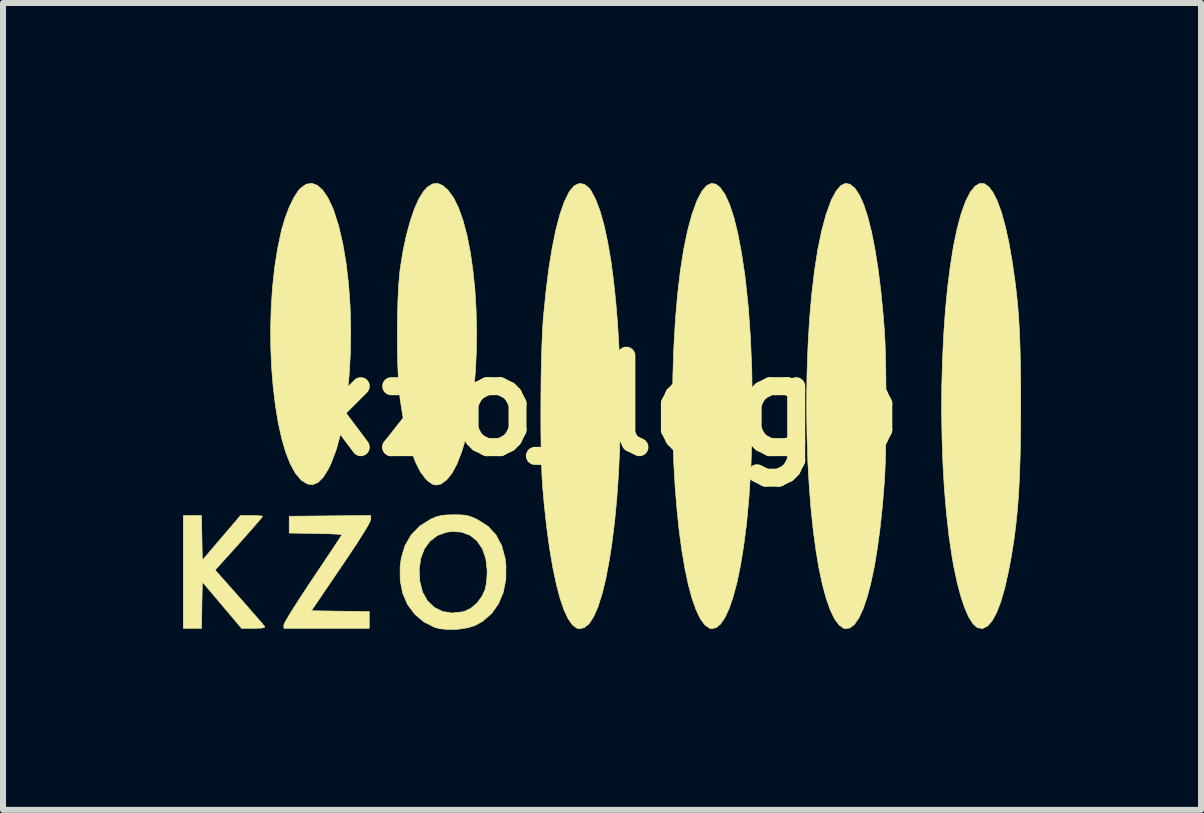
<source format=kicad_pcb>
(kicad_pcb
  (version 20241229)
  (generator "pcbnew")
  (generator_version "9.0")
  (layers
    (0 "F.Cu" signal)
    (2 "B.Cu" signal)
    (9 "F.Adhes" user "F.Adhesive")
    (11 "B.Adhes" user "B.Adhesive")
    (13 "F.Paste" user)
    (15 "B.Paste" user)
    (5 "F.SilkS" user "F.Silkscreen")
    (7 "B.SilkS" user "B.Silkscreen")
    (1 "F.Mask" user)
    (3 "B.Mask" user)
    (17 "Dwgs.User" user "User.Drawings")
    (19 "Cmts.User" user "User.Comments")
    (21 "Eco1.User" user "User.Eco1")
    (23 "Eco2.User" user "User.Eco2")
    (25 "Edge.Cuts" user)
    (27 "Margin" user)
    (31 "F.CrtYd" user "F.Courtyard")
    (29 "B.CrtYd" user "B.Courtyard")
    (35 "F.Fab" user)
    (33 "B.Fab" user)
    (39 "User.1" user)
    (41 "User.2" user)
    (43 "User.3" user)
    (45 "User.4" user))
  (footprint "kzo_logo"
    (layer "F.Cu")
    (at 6.99 3.713)
    (property "Reference" "kzo_logo" (at 0 0 0) (layer "F.SilkS") (effects (font (size 1.524 1.524) (thickness 0.3))))
    (attr through_hole)
    (fp_poly (pts (xy -3.861 1.893) (xy -3.876 1.936) (xy -3.921 2.018) (xy -3.995 2.14) (xy -4.097 2.3) (xy -4.229 2.499) (xy -4.356 2.687) (xy -4.851 3.416) (xy -3.886 3.43) (xy -3.886 3.569) (xy -3.886 3.708) (xy -5.309 3.708) (xy -5.309 3.652) (xy -5.295 3.617) (xy -5.255 3.546) (xy -5.193 3.443) (xy -5.112 3.314) (xy -5.014 3.163) (xy -4.904 2.995) (xy -4.826 2.879) (xy -4.712 2.709) (xy -4.608 2.553) (xy -4.516 2.416) (xy -4.441 2.302) (xy -4.385 2.216) (xy -4.351 2.164) (xy -4.343 2.149) (xy -4.367 2.144) (xy -4.434 2.139) (xy -4.535 2.134) (xy -4.662 2.13) (xy -4.782 2.128) (xy -5.22 2.121) (xy -5.22 1.841) (xy -3.861 1.828) (xy -3.861 1.893)) (stroke (width 0.01) (type solid)) (fill yes) (layer "F.SilkS"))
    (fp_poly (pts (xy -6.675 2.201) (xy -6.668 2.574) (xy -6.032 1.829) (xy -5.848 1.829) (xy -5.759 1.831) (xy -5.694 1.835) (xy -5.665 1.842) (xy -5.664 1.843) (xy -5.68 1.865) (xy -5.726 1.92) (xy -5.796 2.001) (xy -5.886 2.103) (xy -5.99 2.221) (xy -6.104 2.349) (xy -6.224 2.482) (xy -6.344 2.615) (xy -6.394 2.67) (xy -6.455 2.737) (xy -6.05 3.194) (xy -5.936 3.323) (xy -5.833 3.441) (xy -5.746 3.541) (xy -5.679 3.618) (xy -5.639 3.666) (xy -5.628 3.68) (xy -5.636 3.695) (xy -5.686 3.705) (xy -5.782 3.708) (xy -5.812 3.708) (xy -6.014 3.708) (xy -6.341 3.321) (xy -6.668 2.934) (xy -6.675 3.321) (xy -6.682 3.708) (xy -6.985 3.708) (xy -6.985 1.829) (xy -6.682 1.829) (xy -6.675 2.201)) (stroke (width 0.01) (type solid)) (fill yes) (layer "F.SilkS"))
    (fp_poly (pts (xy -4.754 -3.676) (xy -4.663 -3.596) (xy -4.577 -3.47) (xy -4.495 -3.298) (xy -4.479 -3.256) (xy -4.394 -2.991) (xy -4.325 -2.691) (xy -4.27 -2.364) (xy -4.23 -2.015) (xy -4.205 -1.653) (xy -4.195 -1.283) (xy -4.199 -0.912) (xy -4.218 -0.546) (xy -4.251 -0.193) (xy -4.298 0.14) (xy -4.359 0.448) (xy -4.433 0.723) (xy -4.522 0.959) (xy -4.566 1.05) (xy -4.651 1.188) (xy -4.738 1.276) (xy -4.826 1.314) (xy -4.917 1.303) (xy -5.013 1.244) (xy -5.02 1.238) (xy -5.115 1.127) (xy -5.201 0.971) (xy -5.278 0.775) (xy -5.345 0.543) (xy -5.403 0.282) (xy -5.45 -0.006) (xy -5.487 -0.313) (xy -5.513 -0.636) (xy -5.527 -0.97) (xy -5.529 -1.309) (xy -5.52 -1.648) (xy -5.497 -1.983) (xy -5.462 -2.309) (xy -5.413 -2.62) (xy -5.351 -2.913) (xy -5.346 -2.934) (xy -5.286 -3.136) (xy -5.216 -3.319) (xy -5.14 -3.474) (xy -5.062 -3.592) (xy -5.031 -3.626) (xy -4.939 -3.692) (xy -4.846 -3.708) (xy -4.754 -3.676)) (stroke (width 0.01) (type solid)) (fill yes) (layer "F.SilkS"))
    (fp_poly (pts (xy -2.659 -3.669) (xy -2.577 -3.597) (xy -2.481 -3.468) (xy -2.396 -3.295) (xy -2.321 -3.083) (xy -2.256 -2.837) (xy -2.202 -2.561) (xy -2.159 -2.262) (xy -2.126 -1.945) (xy -2.106 -1.614) (xy -2.097 -1.276) (xy -2.1 -0.934) (xy -2.115 -0.596) (xy -2.143 -0.265) (xy -2.183 0.052) (xy -2.237 0.351) (xy -2.303 0.627) (xy -2.35 0.779) (xy -2.426 0.973) (xy -2.51 1.128) (xy -2.6 1.238) (xy -2.692 1.304) (xy -2.771 1.321) (xy -2.836 1.305) (xy -2.908 1.254) (xy -2.945 1.218) (xy -3.035 1.098) (xy -3.119 0.929) (xy -3.197 0.717) (xy -3.266 0.464) (xy -3.327 0.172) (xy -3.37 -0.102) (xy -3.388 -0.27) (xy -3.402 -0.479) (xy -3.412 -0.718) (xy -3.417 -0.975) (xy -3.418 -1.242) (xy -3.415 -1.507) (xy -3.408 -1.759) (xy -3.397 -1.989) (xy -3.381 -2.186) (xy -3.37 -2.286) (xy -3.324 -2.574) (xy -3.268 -2.839) (xy -3.203 -3.077) (xy -3.133 -3.284) (xy -3.057 -3.453) (xy -2.978 -3.579) (xy -2.919 -3.643) (xy -2.83 -3.698) (xy -2.745 -3.707) (xy -2.659 -3.669)) (stroke (width 0.01) (type solid)) (fill yes) (layer "F.SilkS"))
    (fp_poly (pts (xy 1.892 -3.693) (xy 1.961 -3.639) (xy 2.043 -3.523) (xy 2.119 -3.357) (xy 2.19 -3.141) (xy 2.256 -2.875) (xy 2.316 -2.56) (xy 2.371 -2.195) (xy 2.385 -2.083) (xy 2.433 -1.625) (xy 2.467 -1.131) (xy 2.489 -0.61) (xy 2.498 -0.076) (xy 2.493 0.46) (xy 2.476 0.987) (xy 2.445 1.492) (xy 2.402 1.965) (xy 2.398 1.994) (xy 2.353 2.343) (xy 2.302 2.657) (xy 2.245 2.934) (xy 2.182 3.172) (xy 2.116 3.369) (xy 2.045 3.524) (xy 1.972 3.634) (xy 1.896 3.699) (xy 1.818 3.714) (xy 1.785 3.707) (xy 1.707 3.652) (xy 1.632 3.549) (xy 1.561 3.401) (xy 1.494 3.211) (xy 1.432 2.982) (xy 1.376 2.717) (xy 1.325 2.418) (xy 1.28 2.089) (xy 1.243 1.732) (xy 1.212 1.35) (xy 1.189 0.946) (xy 1.175 0.524) (xy 1.169 0.085) (xy 1.169 0.007) (xy 1.174 -0.502) (xy 1.191 -0.986) (xy 1.217 -1.442) (xy 1.254 -1.867) (xy 1.3 -2.257) (xy 1.355 -2.609) (xy 1.42 -2.921) (xy 1.492 -3.189) (xy 1.573 -3.411) (xy 1.587 -3.444) (xy 1.662 -3.583) (xy 1.738 -3.67) (xy 1.815 -3.707) (xy 1.892 -3.693)) (stroke (width 0.01) (type solid)) (fill yes) (layer "F.SilkS"))
    (fp_poly (pts (xy -0.3 -3.691) (xy -0.22 -3.626) (xy -0.19 -3.585) (xy -0.111 -3.437) (xy -0.038 -3.242) (xy 0.028 -3.006) (xy 0.087 -2.732) (xy 0.14 -2.425) (xy 0.185 -2.088) (xy 0.223 -1.727) (xy 0.254 -1.345) (xy 0.277 -0.947) (xy 0.292 -0.538) (xy 0.299 -0.12) (xy 0.297 0.301) (xy 0.287 0.721) (xy 0.268 1.136) (xy 0.24 1.542) (xy 0.203 1.933) (xy 0.156 2.307) (xy 0.114 2.578) (xy 0.056 2.884) (xy -0.008 3.144) (xy -0.076 3.356) (xy -0.148 3.519) (xy -0.224 3.634) (xy -0.304 3.699) (xy -0.387 3.715) (xy -0.426 3.706) (xy -0.499 3.653) (xy -0.57 3.552) (xy -0.639 3.404) (xy -0.705 3.212) (xy -0.767 2.978) (xy -0.825 2.704) (xy -0.878 2.392) (xy -0.926 2.045) (xy -0.968 1.664) (xy -0.994 1.372) (xy -1.006 1.193) (xy -1.014 0.973) (xy -1.021 0.72) (xy -1.025 0.443) (xy -1.026 0.15) (xy -1.025 -0.149) (xy -1.022 -0.446) (xy -1.017 -0.732) (xy -1.009 -0.998) (xy -0.999 -1.235) (xy -0.987 -1.435) (xy -0.982 -1.491) (xy -0.94 -1.914) (xy -0.892 -2.297) (xy -0.836 -2.639) (xy -0.775 -2.937) (xy -0.708 -3.191) (xy -0.636 -3.397) (xy -0.559 -3.556) (xy -0.54 -3.586) (xy -0.464 -3.671) (xy -0.382 -3.706) (xy -0.3 -3.691)) (stroke (width 0.01) (type solid)) (fill yes) (layer "F.SilkS"))
    (fp_poly (pts (xy 4.124 -3.693) (xy 4.203 -3.63) (xy 4.211 -3.622) (xy 4.285 -3.51) (xy 4.356 -3.351) (xy 4.423 -3.146) (xy 4.485 -2.898) (xy 4.542 -2.609) (xy 4.594 -2.283) (xy 4.639 -1.922) (xy 4.678 -1.528) (xy 4.7 -1.245) (xy 4.709 -1.077) (xy 4.716 -0.869) (xy 4.722 -0.628) (xy 4.725 -0.366) (xy 4.727 -0.09) (xy 4.726 0.189) (xy 4.724 0.462) (xy 4.72 0.72) (xy 4.714 0.952) (xy 4.706 1.15) (xy 4.7 1.257) (xy 4.667 1.663) (xy 4.627 2.039) (xy 4.581 2.382) (xy 4.53 2.69) (xy 4.472 2.961) (xy 4.41 3.194) (xy 4.344 3.387) (xy 4.274 3.537) (xy 4.201 3.643) (xy 4.125 3.702) (xy 4.047 3.714) (xy 4.021 3.707) (xy 3.942 3.651) (xy 3.867 3.548) (xy 3.796 3.4) (xy 3.729 3.21) (xy 3.667 2.981) (xy 3.61 2.715) (xy 3.56 2.415) (xy 3.515 2.084) (xy 3.477 1.726) (xy 3.447 1.342) (xy 3.424 0.936) (xy 3.41 0.51) (xy 3.404 0.068) (xy 3.404 -0.005) (xy 3.409 -0.509) (xy 3.426 -0.989) (xy 3.452 -1.442) (xy 3.489 -1.864) (xy 3.535 -2.252) (xy 3.59 -2.604) (xy 3.654 -2.916) (xy 3.726 -3.184) (xy 3.806 -3.406) (xy 3.823 -3.444) (xy 3.897 -3.582) (xy 3.971 -3.669) (xy 4.047 -3.706) (xy 4.124 -3.693)) (stroke (width 0.01) (type solid)) (fill yes) (layer "F.SilkS"))
    (fp_poly (pts (xy 6.363 -3.702) (xy 6.438 -3.651) (xy 6.511 -3.554) (xy 6.582 -3.412) (xy 6.65 -3.225) (xy 6.714 -2.994) (xy 6.774 -2.721) (xy 6.829 -2.406) (xy 6.844 -2.304) (xy 6.875 -2.084) (xy 6.901 -1.872) (xy 6.922 -1.663) (xy 6.938 -1.448) (xy 6.951 -1.22) (xy 6.96 -0.972) (xy 6.966 -0.696) (xy 6.97 -0.385) (xy 6.971 -0.031) (xy 6.971 0) (xy 6.969 0.419) (xy 6.963 0.794) (xy 6.953 1.132) (xy 6.938 1.439) (xy 6.917 1.723) (xy 6.89 1.989) (xy 6.857 2.246) (xy 6.817 2.498) (xy 6.769 2.754) (xy 6.768 2.76) (xy 6.706 3.035) (xy 6.64 3.264) (xy 6.57 3.447) (xy 6.496 3.583) (xy 6.419 3.671) (xy 6.339 3.711) (xy 6.258 3.7) (xy 6.245 3.694) (xy 6.176 3.633) (xy 6.107 3.525) (xy 6.04 3.374) (xy 5.975 3.181) (xy 5.914 2.953) (xy 5.858 2.69) (xy 5.831 2.54) (xy 5.777 2.177) (xy 5.734 1.789) (xy 5.699 1.382) (xy 5.675 0.961) (xy 5.66 0.531) (xy 5.653 0.096) (xy 5.656 -0.338) (xy 5.668 -0.767) (xy 5.688 -1.185) (xy 5.716 -1.588) (xy 5.753 -1.971) (xy 5.798 -2.328) (xy 5.85 -2.656) (xy 5.911 -2.948) (xy 5.978 -3.2) (xy 6.053 -3.408) (xy 6.06 -3.423) (xy 6.135 -3.567) (xy 6.211 -3.66) (xy 6.287 -3.705) (xy 6.363 -3.702)) (stroke (width 0.01) (type solid)) (fill yes) (layer "F.SilkS"))
    (fp_poly (pts (xy -2.36 1.818) (xy -2.275 1.826) (xy -2.203 1.844) (xy -2.125 1.877) (xy -2.075 1.901) (xy -1.905 2.01) (xy -1.773 2.153) (xy -1.679 2.33) (xy -1.622 2.54) (xy -1.608 2.659) (xy -1.61 2.893) (xy -1.652 3.108) (xy -1.733 3.3) (xy -1.848 3.463) (xy -1.997 3.592) (xy -2.121 3.661) (xy -2.247 3.7) (xy -2.399 3.723) (xy -2.557 3.729) (xy -2.703 3.716) (xy -2.794 3.693) (xy -2.977 3.601) (xy -3.129 3.472) (xy -3.247 3.312) (xy -3.328 3.124) (xy -3.37 2.913) (xy -3.372 2.734) (xy -3.054 2.734) (xy -3.043 2.926) (xy -2.998 3.105) (xy -2.917 3.25) (xy -2.804 3.359) (xy -2.666 3.428) (xy -2.506 3.454) (xy -2.328 3.434) (xy -2.299 3.426) (xy -2.191 3.374) (xy -2.089 3.286) (xy -2.005 3.174) (xy -1.954 3.059) (xy -1.936 2.968) (xy -1.924 2.853) (xy -1.921 2.739) (xy -1.944 2.544) (xy -2.001 2.381) (xy -2.09 2.251) (xy -2.207 2.157) (xy -2.349 2.105) (xy -2.512 2.095) (xy -2.603 2.108) (xy -2.753 2.163) (xy -2.876 2.258) (xy -2.969 2.388) (xy -3.029 2.548) (xy -3.054 2.734) (xy -3.372 2.734) (xy -3.372 2.684) (xy -3.352 2.537) (xy -3.29 2.329) (xy -3.186 2.151) (xy -3.042 2.003) (xy -2.861 1.89) (xy -2.848 1.883) (xy -2.766 1.849) (xy -2.689 1.829) (xy -2.599 1.819) (xy -2.477 1.817) (xy -2.476 1.816) (xy -2.36 1.818)) (stroke (width 0.01) (type solid)) (fill yes) (layer "F.SilkS")))
  (gr_rect
    (start -3 -3)
    (end 16.966 10.447)
    (stroke (width 0.1) (type default))
    (fill no)
    (layer "Edge.Cuts")))
</source>
